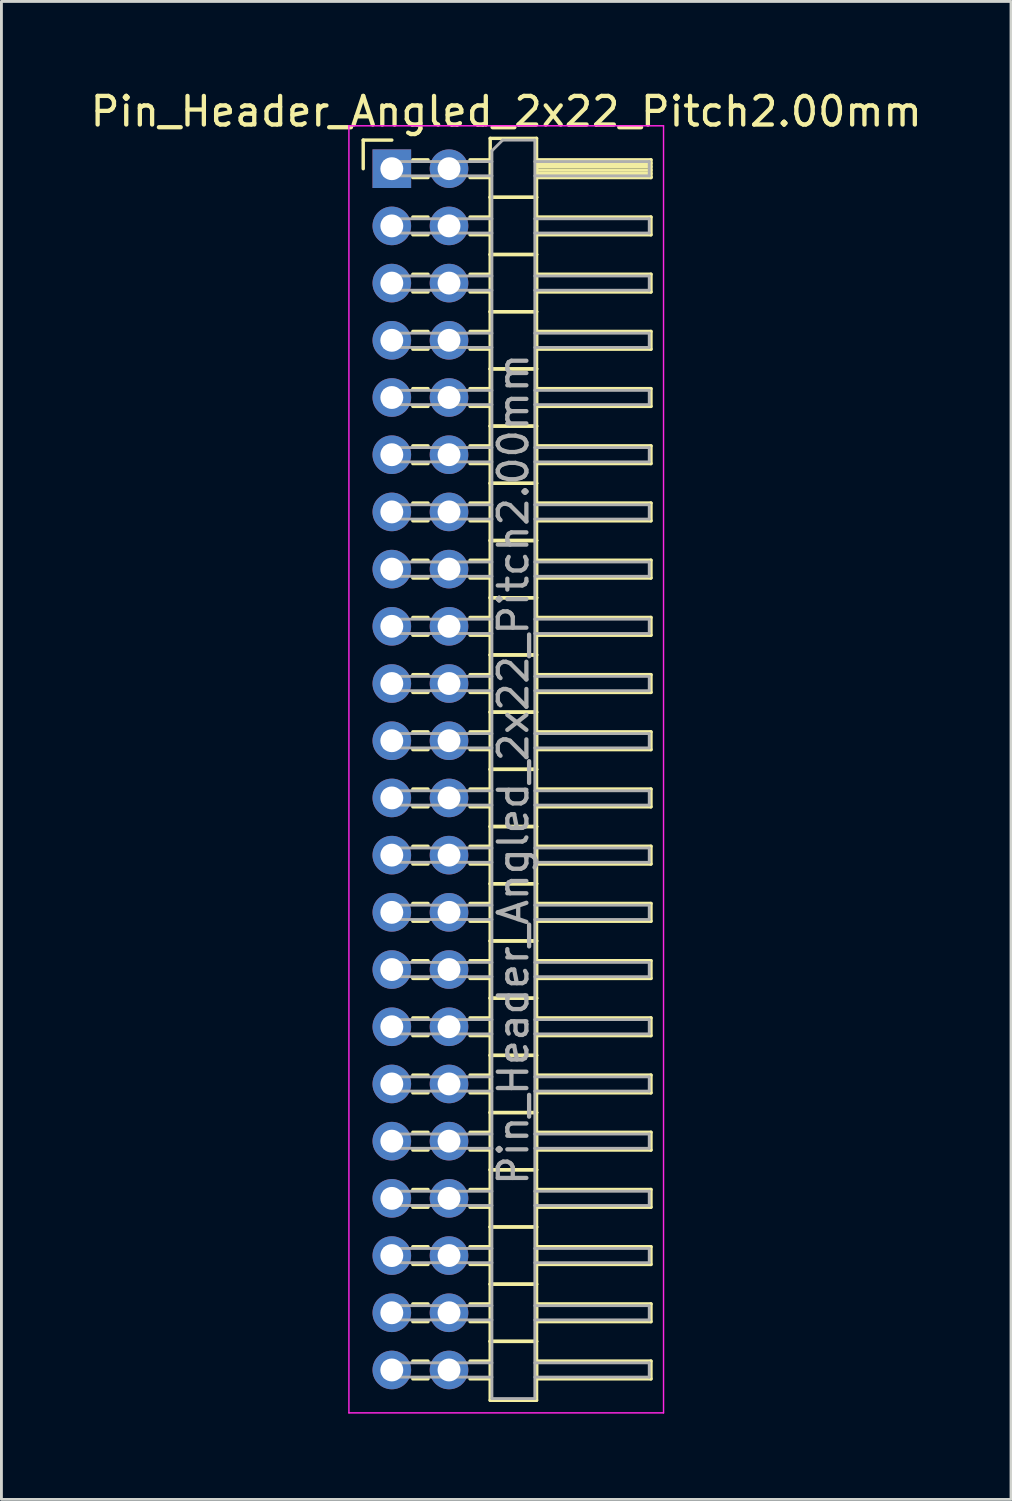
<source format=kicad_pcb>
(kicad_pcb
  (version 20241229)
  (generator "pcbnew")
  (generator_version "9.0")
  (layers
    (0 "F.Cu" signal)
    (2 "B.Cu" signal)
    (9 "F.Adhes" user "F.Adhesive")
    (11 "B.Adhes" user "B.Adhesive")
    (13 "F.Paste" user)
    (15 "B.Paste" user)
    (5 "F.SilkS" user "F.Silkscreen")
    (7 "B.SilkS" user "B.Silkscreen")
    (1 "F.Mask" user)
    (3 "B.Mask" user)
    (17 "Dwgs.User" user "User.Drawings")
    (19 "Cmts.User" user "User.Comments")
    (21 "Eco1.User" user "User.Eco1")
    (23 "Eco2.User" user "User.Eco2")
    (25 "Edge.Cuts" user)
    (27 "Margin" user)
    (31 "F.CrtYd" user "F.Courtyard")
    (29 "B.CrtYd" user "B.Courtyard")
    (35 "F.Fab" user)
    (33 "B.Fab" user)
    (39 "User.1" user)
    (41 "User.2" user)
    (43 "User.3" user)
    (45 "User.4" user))
  (footprint "Pin_Header_Angled_2x22_Pitch2.00mm"
    (layer "F.Cu")
    (at 10.649 2.848)
    (property "Reference" "Pin_Header_Angled_2x22_Pitch2.00mm" (at 4 -2 0) (layer "F.SilkS") (effects (font (size 1 1) (thickness 0.15))))
    (attr through_hole)
    (fp_line (start -1 -1) (end 0 -1) (stroke (width 0.12) (type solid)) (layer "F.SilkS"))
    (fp_line (start -1 0) (end -1 -1) (stroke (width 0.12) (type solid)) (layer "F.SilkS"))
    (fp_line (start 0.735 -0.31) (end 1.265 -0.31) (stroke (width 0.12) (type solid)) (layer "F.SilkS"))
    (fp_line (start 0.735 0.31) (end 1.265 0.31) (stroke (width 0.12) (type solid)) (layer "F.SilkS"))
    (fp_line (start 0.735 1.69) (end 1.265 1.69) (stroke (width 0.12) (type solid)) (layer "F.SilkS"))
    (fp_line (start 0.735 2.31) (end 1.265 2.31) (stroke (width 0.12) (type solid)) (layer "F.SilkS"))
    (fp_line (start 0.735 3.69) (end 1.265 3.69) (stroke (width 0.12) (type solid)) (layer "F.SilkS"))
    (fp_line (start 0.735 4.31) (end 1.265 4.31) (stroke (width 0.12) (type solid)) (layer "F.SilkS"))
    (fp_line (start 0.735 5.69) (end 1.265 5.69) (stroke (width 0.12) (type solid)) (layer "F.SilkS"))
    (fp_line (start 0.735 6.31) (end 1.265 6.31) (stroke (width 0.12) (type solid)) (layer "F.SilkS"))
    (fp_line (start 0.735 7.69) (end 1.265 7.69) (stroke (width 0.12) (type solid)) (layer "F.SilkS"))
    (fp_line (start 0.735 8.31) (end 1.265 8.31) (stroke (width 0.12) (type solid)) (layer "F.SilkS"))
    (fp_line (start 0.735 9.69) (end 1.265 9.69) (stroke (width 0.12) (type solid)) (layer "F.SilkS"))
    (fp_line (start 0.735 10.31) (end 1.265 10.31) (stroke (width 0.12) (type solid)) (layer "F.SilkS"))
    (fp_line (start 0.735 11.69) (end 1.265 11.69) (stroke (width 0.12) (type solid)) (layer "F.SilkS"))
    (fp_line (start 0.735 12.31) (end 1.265 12.31) (stroke (width 0.12) (type solid)) (layer "F.SilkS"))
    (fp_line (start 0.735 13.69) (end 1.265 13.69) (stroke (width 0.12) (type solid)) (layer "F.SilkS"))
    (fp_line (start 0.735 14.31) (end 1.265 14.31) (stroke (width 0.12) (type solid)) (layer "F.SilkS"))
    (fp_line (start 0.735 15.69) (end 1.265 15.69) (stroke (width 0.12) (type solid)) (layer "F.SilkS"))
    (fp_line (start 0.735 16.31) (end 1.265 16.31) (stroke (width 0.12) (type solid)) (layer "F.SilkS"))
    (fp_line (start 0.735 17.69) (end 1.265 17.69) (stroke (width 0.12) (type solid)) (layer "F.SilkS"))
    (fp_line (start 0.735 18.31) (end 1.265 18.31) (stroke (width 0.12) (type solid)) (layer "F.SilkS"))
    (fp_line (start 0.735 19.69) (end 1.265 19.69) (stroke (width 0.12) (type solid)) (layer "F.SilkS"))
    (fp_line (start 0.735 20.31) (end 1.265 20.31) (stroke (width 0.12) (type solid)) (layer "F.SilkS"))
    (fp_line (start 0.735 21.69) (end 1.265 21.69) (stroke (width 0.12) (type solid)) (layer "F.SilkS"))
    (fp_line (start 0.735 22.31) (end 1.265 22.31) (stroke (width 0.12) (type solid)) (layer "F.SilkS"))
    (fp_line (start 0.735 23.69) (end 1.265 23.69) (stroke (width 0.12) (type solid)) (layer "F.SilkS"))
    (fp_line (start 0.735 24.31) (end 1.265 24.31) (stroke (width 0.12) (type solid)) (layer "F.SilkS"))
    (fp_line (start 0.735 25.69) (end 1.265 25.69) (stroke (width 0.12) (type solid)) (layer "F.SilkS"))
    (fp_line (start 0.735 26.31) (end 1.265 26.31) (stroke (width 0.12) (type solid)) (layer "F.SilkS"))
    (fp_line (start 0.735 27.69) (end 1.265 27.69) (stroke (width 0.12) (type solid)) (layer "F.SilkS"))
    (fp_line (start 0.735 28.31) (end 1.265 28.31) (stroke (width 0.12) (type solid)) (layer "F.SilkS"))
    (fp_line (start 0.735 29.69) (end 1.265 29.69) (stroke (width 0.12) (type solid)) (layer "F.SilkS"))
    (fp_line (start 0.735 30.31) (end 1.265 30.31) (stroke (width 0.12) (type solid)) (layer "F.SilkS"))
    (fp_line (start 0.735 31.69) (end 1.265 31.69) (stroke (width 0.12) (type solid)) (layer "F.SilkS"))
    (fp_line (start 0.735 32.31) (end 1.265 32.31) (stroke (width 0.12) (type solid)) (layer "F.SilkS"))
    (fp_line (start 0.735 33.69) (end 1.265 33.69) (stroke (width 0.12) (type solid)) (layer "F.SilkS"))
    (fp_line (start 0.735 34.31) (end 1.265 34.31) (stroke (width 0.12) (type solid)) (layer "F.SilkS"))
    (fp_line (start 0.735 35.69) (end 1.265 35.69) (stroke (width 0.12) (type solid)) (layer "F.SilkS"))
    (fp_line (start 0.735 36.31) (end 1.265 36.31) (stroke (width 0.12) (type solid)) (layer "F.SilkS"))
    (fp_line (start 0.735 37.69) (end 1.265 37.69) (stroke (width 0.12) (type solid)) (layer "F.SilkS"))
    (fp_line (start 0.735 38.31) (end 1.265 38.31) (stroke (width 0.12) (type solid)) (layer "F.SilkS"))
    (fp_line (start 0.735 39.69) (end 1.265 39.69) (stroke (width 0.12) (type solid)) (layer "F.SilkS"))
    (fp_line (start 0.735 40.31) (end 1.265 40.31) (stroke (width 0.12) (type solid)) (layer "F.SilkS"))
    (fp_line (start 0.735 41.69) (end 1.265 41.69) (stroke (width 0.12) (type solid)) (layer "F.SilkS"))
    (fp_line (start 0.735 42.31) (end 1.265 42.31) (stroke (width 0.12) (type solid)) (layer "F.SilkS"))
    (fp_line (start 2.735 -0.31) (end 3.44 -0.31) (stroke (width 0.12) (type solid)) (layer "F.SilkS"))
    (fp_line (start 2.735 0.31) (end 3.44 0.31) (stroke (width 0.12) (type solid)) (layer "F.SilkS"))
    (fp_line (start 2.735 1.69) (end 3.44 1.69) (stroke (width 0.12) (type solid)) (layer "F.SilkS"))
    (fp_line (start 2.735 2.31) (end 3.44 2.31) (stroke (width 0.12) (type solid)) (layer "F.SilkS"))
    (fp_line (start 2.735 3.69) (end 3.44 3.69) (stroke (width 0.12) (type solid)) (layer "F.SilkS"))
    (fp_line (start 2.735 4.31) (end 3.44 4.31) (stroke (width 0.12) (type solid)) (layer "F.SilkS"))
    (fp_line (start 2.735 5.69) (end 3.44 5.69) (stroke (width 0.12) (type solid)) (layer "F.SilkS"))
    (fp_line (start 2.735 6.31) (end 3.44 6.31) (stroke (width 0.12) (type solid)) (layer "F.SilkS"))
    (fp_line (start 2.735 7.69) (end 3.44 7.69) (stroke (width 0.12) (type solid)) (layer "F.SilkS"))
    (fp_line (start 2.735 8.31) (end 3.44 8.31) (stroke (width 0.12) (type solid)) (layer "F.SilkS"))
    (fp_line (start 2.735 9.69) (end 3.44 9.69) (stroke (width 0.12) (type solid)) (layer "F.SilkS"))
    (fp_line (start 2.735 10.31) (end 3.44 10.31) (stroke (width 0.12) (type solid)) (layer "F.SilkS"))
    (fp_line (start 2.735 11.69) (end 3.44 11.69) (stroke (width 0.12) (type solid)) (layer "F.SilkS"))
    (fp_line (start 2.735 12.31) (end 3.44 12.31) (stroke (width 0.12) (type solid)) (layer "F.SilkS"))
    (fp_line (start 2.735 13.69) (end 3.44 13.69) (stroke (width 0.12) (type solid)) (layer "F.SilkS"))
    (fp_line (start 2.735 14.31) (end 3.44 14.31) (stroke (width 0.12) (type solid)) (layer "F.SilkS"))
    (fp_line (start 2.735 15.69) (end 3.44 15.69) (stroke (width 0.12) (type solid)) (layer "F.SilkS"))
    (fp_line (start 2.735 16.31) (end 3.44 16.31) (stroke (width 0.12) (type solid)) (layer "F.SilkS"))
    (fp_line (start 2.735 17.69) (end 3.44 17.69) (stroke (width 0.12) (type solid)) (layer "F.SilkS"))
    (fp_line (start 2.735 18.31) (end 3.44 18.31) (stroke (width 0.12) (type solid)) (layer "F.SilkS"))
    (fp_line (start 2.735 19.69) (end 3.44 19.69) (stroke (width 0.12) (type solid)) (layer "F.SilkS"))
    (fp_line (start 2.735 20.31) (end 3.44 20.31) (stroke (width 0.12) (type solid)) (layer "F.SilkS"))
    (fp_line (start 2.735 21.69) (end 3.44 21.69) (stroke (width 0.12) (type solid)) (layer "F.SilkS"))
    (fp_line (start 2.735 22.31) (end 3.44 22.31) (stroke (width 0.12) (type solid)) (layer "F.SilkS"))
    (fp_line (start 2.735 23.69) (end 3.44 23.69) (stroke (width 0.12) (type solid)) (layer "F.SilkS"))
    (fp_line (start 2.735 24.31) (end 3.44 24.31) (stroke (width 0.12) (type solid)) (layer "F.SilkS"))
    (fp_line (start 2.735 25.69) (end 3.44 25.69) (stroke (width 0.12) (type solid)) (layer "F.SilkS"))
    (fp_line (start 2.735 26.31) (end 3.44 26.31) (stroke (width 0.12) (type solid)) (layer "F.SilkS"))
    (fp_line (start 2.735 27.69) (end 3.44 27.69) (stroke (width 0.12) (type solid)) (layer "F.SilkS"))
    (fp_line (start 2.735 28.31) (end 3.44 28.31) (stroke (width 0.12) (type solid)) (layer "F.SilkS"))
    (fp_line (start 2.735 29.69) (end 3.44 29.69) (stroke (width 0.12) (type solid)) (layer "F.SilkS"))
    (fp_line (start 2.735 30.31) (end 3.44 30.31) (stroke (width 0.12) (type solid)) (layer "F.SilkS"))
    (fp_line (start 2.735 31.69) (end 3.44 31.69) (stroke (width 0.12) (type solid)) (layer "F.SilkS"))
    (fp_line (start 2.735 32.31) (end 3.44 32.31) (stroke (width 0.12) (type solid)) (layer "F.SilkS"))
    (fp_line (start 2.735 33.69) (end 3.44 33.69) (stroke (width 0.12) (type solid)) (layer "F.SilkS"))
    (fp_line (start 2.735 34.31) (end 3.44 34.31) (stroke (width 0.12) (type solid)) (layer "F.SilkS"))
    (fp_line (start 2.735 35.69) (end 3.44 35.69) (stroke (width 0.12) (type solid)) (layer "F.SilkS"))
    (fp_line (start 2.735 36.31) (end 3.44 36.31) (stroke (width 0.12) (type solid)) (layer "F.SilkS"))
    (fp_line (start 2.735 37.69) (end 3.44 37.69) (stroke (width 0.12) (type solid)) (layer "F.SilkS"))
    (fp_line (start 2.735 38.31) (end 3.44 38.31) (stroke (width 0.12) (type solid)) (layer "F.SilkS"))
    (fp_line (start 2.735 39.69) (end 3.44 39.69) (stroke (width 0.12) (type solid)) (layer "F.SilkS"))
    (fp_line (start 2.735 40.31) (end 3.44 40.31) (stroke (width 0.12) (type solid)) (layer "F.SilkS"))
    (fp_line (start 2.735 41.69) (end 3.44 41.69) (stroke (width 0.12) (type solid)) (layer "F.SilkS"))
    (fp_line (start 2.735 42.31) (end 3.44 42.31) (stroke (width 0.12) (type solid)) (layer "F.SilkS"))
    (fp_line (start 3.44 -1.06) (end 3.44 1) (stroke (width 0.12) (type solid)) (layer "F.SilkS"))
    (fp_line (start 3.44 1) (end 3.44 3) (stroke (width 0.12) (type solid)) (layer "F.SilkS"))
    (fp_line (start 3.44 1) (end 5.06 1) (stroke (width 0.12) (type solid)) (layer "F.SilkS"))
    (fp_line (start 3.44 3) (end 3.44 5) (stroke (width 0.12) (type solid)) (layer "F.SilkS"))
    (fp_line (start 3.44 3) (end 5.06 3) (stroke (width 0.12) (type solid)) (layer "F.SilkS"))
    (fp_line (start 3.44 5) (end 3.44 7) (stroke (width 0.12) (type solid)) (layer "F.SilkS"))
    (fp_line (start 3.44 5) (end 5.06 5) (stroke (width 0.12) (type solid)) (layer "F.SilkS"))
    (fp_line (start 3.44 7) (end 3.44 9) (stroke (width 0.12) (type solid)) (layer "F.SilkS"))
    (fp_line (start 3.44 7) (end 5.06 7) (stroke (width 0.12) (type solid)) (layer "F.SilkS"))
    (fp_line (start 3.44 9) (end 3.44 11) (stroke (width 0.12) (type solid)) (layer "F.SilkS"))
    (fp_line (start 3.44 9) (end 5.06 9) (stroke (width 0.12) (type solid)) (layer "F.SilkS"))
    (fp_line (start 3.44 11) (end 3.44 13) (stroke (width 0.12) (type solid)) (layer "F.SilkS"))
    (fp_line (start 3.44 11) (end 5.06 11) (stroke (width 0.12) (type solid)) (layer "F.SilkS"))
    (fp_line (start 3.44 13) (end 3.44 15) (stroke (width 0.12) (type solid)) (layer "F.SilkS"))
    (fp_line (start 3.44 13) (end 5.06 13) (stroke (width 0.12) (type solid)) (layer "F.SilkS"))
    (fp_line (start 3.44 15) (end 3.44 17) (stroke (width 0.12) (type solid)) (layer "F.SilkS"))
    (fp_line (start 3.44 15) (end 5.06 15) (stroke (width 0.12) (type solid)) (layer "F.SilkS"))
    (fp_line (start 3.44 17) (end 3.44 19) (stroke (width 0.12) (type solid)) (layer "F.SilkS"))
    (fp_line (start 3.44 17) (end 5.06 17) (stroke (width 0.12) (type solid)) (layer "F.SilkS"))
    (fp_line (start 3.44 19) (end 3.44 21) (stroke (width 0.12) (type solid)) (layer "F.SilkS"))
    (fp_line (start 3.44 19) (end 5.06 19) (stroke (width 0.12) (type solid)) (layer "F.SilkS"))
    (fp_line (start 3.44 21) (end 3.44 23) (stroke (width 0.12) (type solid)) (layer "F.SilkS"))
    (fp_line (start 3.44 21) (end 5.06 21) (stroke (width 0.12) (type solid)) (layer "F.SilkS"))
    (fp_line (start 3.44 23) (end 3.44 25) (stroke (width 0.12) (type solid)) (layer "F.SilkS"))
    (fp_line (start 3.44 23) (end 5.06 23) (stroke (width 0.12) (type solid)) (layer "F.SilkS"))
    (fp_line (start 3.44 25) (end 3.44 27) (stroke (width 0.12) (type solid)) (layer "F.SilkS"))
    (fp_line (start 3.44 25) (end 5.06 25) (stroke (width 0.12) (type solid)) (layer "F.SilkS"))
    (fp_line (start 3.44 27) (end 3.44 29) (stroke (width 0.12) (type solid)) (layer "F.SilkS"))
    (fp_line (start 3.44 27) (end 5.06 27) (stroke (width 0.12) (type solid)) (layer "F.SilkS"))
    (fp_line (start 3.44 29) (end 3.44 31) (stroke (width 0.12) (type solid)) (layer "F.SilkS"))
    (fp_line (start 3.44 29) (end 5.06 29) (stroke (width 0.12) (type solid)) (layer "F.SilkS"))
    (fp_line (start 3.44 31) (end 3.44 33) (stroke (width 0.12) (type solid)) (layer "F.SilkS"))
    (fp_line (start 3.44 31) (end 5.06 31) (stroke (width 0.12) (type solid)) (layer "F.SilkS"))
    (fp_line (start 3.44 33) (end 3.44 35) (stroke (width 0.12) (type solid)) (layer "F.SilkS"))
    (fp_line (start 3.44 33) (end 5.06 33) (stroke (width 0.12) (type solid)) (layer "F.SilkS"))
    (fp_line (start 3.44 35) (end 3.44 37) (stroke (width 0.12) (type solid)) (layer "F.SilkS"))
    (fp_line (start 3.44 35) (end 5.06 35) (stroke (width 0.12) (type solid)) (layer "F.SilkS"))
    (fp_line (start 3.44 37) (end 3.44 39) (stroke (width 0.12) (type solid)) (layer "F.SilkS"))
    (fp_line (start 3.44 37) (end 5.06 37) (stroke (width 0.12) (type solid)) (layer "F.SilkS"))
    (fp_line (start 3.44 39) (end 3.44 41) (stroke (width 0.12) (type solid)) (layer "F.SilkS"))
    (fp_line (start 3.44 39) (end 5.06 39) (stroke (width 0.12) (type solid)) (layer "F.SilkS"))
    (fp_line (start 3.44 41) (end 3.44 43.06) (stroke (width 0.12) (type solid)) (layer "F.SilkS"))
    (fp_line (start 3.44 41) (end 5.06 41) (stroke (width 0.12) (type solid)) (layer "F.SilkS"))
    (fp_line (start 3.44 43.06) (end 5.06 43.06) (stroke (width 0.12) (type solid)) (layer "F.SilkS"))
    (fp_line (start 5.06 -1.06) (end 3.44 -1.06) (stroke (width 0.12) (type solid)) (layer "F.SilkS"))
    (fp_line (start 5.06 -0.31) (end 5.06 0.31) (stroke (width 0.12) (type solid)) (layer "F.SilkS"))
    (fp_line (start 5.06 -0.19) (end 9.06 -0.19) (stroke (width 0.12) (type solid)) (layer "F.SilkS"))
    (fp_line (start 5.06 -0.07) (end 9.06 -0.07) (stroke (width 0.12) (type solid)) (layer "F.SilkS"))
    (fp_line (start 5.06 0.05) (end 9.06 0.05) (stroke (width 0.12) (type solid)) (layer "F.SilkS"))
    (fp_line (start 5.06 0.17) (end 9.06 0.17) (stroke (width 0.12) (type solid)) (layer "F.SilkS"))
    (fp_line (start 5.06 0.29) (end 9.06 0.29) (stroke (width 0.12) (type solid)) (layer "F.SilkS"))
    (fp_line (start 5.06 0.31) (end 9.06 0.31) (stroke (width 0.12) (type solid)) (layer "F.SilkS"))
    (fp_line (start 5.06 1) (end 3.44 1) (stroke (width 0.12) (type solid)) (layer "F.SilkS"))
    (fp_line (start 5.06 1) (end 5.06 -1.06) (stroke (width 0.12) (type solid)) (layer "F.SilkS"))
    (fp_line (start 5.06 1.69) (end 5.06 2.31) (stroke (width 0.12) (type solid)) (layer "F.SilkS"))
    (fp_line (start 5.06 2.31) (end 9.06 2.31) (stroke (width 0.12) (type solid)) (layer "F.SilkS"))
    (fp_line (start 5.06 3) (end 3.44 3) (stroke (width 0.12) (type solid)) (layer "F.SilkS"))
    (fp_line (start 5.06 3) (end 5.06 1) (stroke (width 0.12) (type solid)) (layer "F.SilkS"))
    (fp_line (start 5.06 3.69) (end 5.06 4.31) (stroke (width 0.12) (type solid)) (layer "F.SilkS"))
    (fp_line (start 5.06 4.31) (end 9.06 4.31) (stroke (width 0.12) (type solid)) (layer "F.SilkS"))
    (fp_line (start 5.06 5) (end 3.44 5) (stroke (width 0.12) (type solid)) (layer "F.SilkS"))
    (fp_line (start 5.06 5) (end 5.06 3) (stroke (width 0.12) (type solid)) (layer "F.SilkS"))
    (fp_line (start 5.06 5.69) (end 5.06 6.31) (stroke (width 0.12) (type solid)) (layer "F.SilkS"))
    (fp_line (start 5.06 6.31) (end 9.06 6.31) (stroke (width 0.12) (type solid)) (layer "F.SilkS"))
    (fp_line (start 5.06 7) (end 3.44 7) (stroke (width 0.12) (type solid)) (layer "F.SilkS"))
    (fp_line (start 5.06 7) (end 5.06 5) (stroke (width 0.12) (type solid)) (layer "F.SilkS"))
    (fp_line (start 5.06 7.69) (end 5.06 8.31) (stroke (width 0.12) (type solid)) (layer "F.SilkS"))
    (fp_line (start 5.06 8.31) (end 9.06 8.31) (stroke (width 0.12) (type solid)) (layer "F.SilkS"))
    (fp_line (start 5.06 9) (end 3.44 9) (stroke (width 0.12) (type solid)) (layer "F.SilkS"))
    (fp_line (start 5.06 9) (end 5.06 7) (stroke (width 0.12) (type solid)) (layer "F.SilkS"))
    (fp_line (start 5.06 9.69) (end 5.06 10.31) (stroke (width 0.12) (type solid)) (layer "F.SilkS"))
    (fp_line (start 5.06 10.31) (end 9.06 10.31) (stroke (width 0.12) (type solid)) (layer "F.SilkS"))
    (fp_line (start 5.06 11) (end 3.44 11) (stroke (width 0.12) (type solid)) (layer "F.SilkS"))
    (fp_line (start 5.06 11) (end 5.06 9) (stroke (width 0.12) (type solid)) (layer "F.SilkS"))
    (fp_line (start 5.06 11.69) (end 5.06 12.31) (stroke (width 0.12) (type solid)) (layer "F.SilkS"))
    (fp_line (start 5.06 12.31) (end 9.06 12.31) (stroke (width 0.12) (type solid)) (layer "F.SilkS"))
    (fp_line (start 5.06 13) (end 3.44 13) (stroke (width 0.12) (type solid)) (layer "F.SilkS"))
    (fp_line (start 5.06 13) (end 5.06 11) (stroke (width 0.12) (type solid)) (layer "F.SilkS"))
    (fp_line (start 5.06 13.69) (end 5.06 14.31) (stroke (width 0.12) (type solid)) (layer "F.SilkS"))
    (fp_line (start 5.06 14.31) (end 9.06 14.31) (stroke (width 0.12) (type solid)) (layer "F.SilkS"))
    (fp_line (start 5.06 15) (end 3.44 15) (stroke (width 0.12) (type solid)) (layer "F.SilkS"))
    (fp_line (start 5.06 15) (end 5.06 13) (stroke (width 0.12) (type solid)) (layer "F.SilkS"))
    (fp_line (start 5.06 15.69) (end 5.06 16.31) (stroke (width 0.12) (type solid)) (layer "F.SilkS"))
    (fp_line (start 5.06 16.31) (end 9.06 16.31) (stroke (width 0.12) (type solid)) (layer "F.SilkS"))
    (fp_line (start 5.06 17) (end 3.44 17) (stroke (width 0.12) (type solid)) (layer "F.SilkS"))
    (fp_line (start 5.06 17) (end 5.06 15) (stroke (width 0.12) (type solid)) (layer "F.SilkS"))
    (fp_line (start 5.06 17.69) (end 5.06 18.31) (stroke (width 0.12) (type solid)) (layer "F.SilkS"))
    (fp_line (start 5.06 18.31) (end 9.06 18.31) (stroke (width 0.12) (type solid)) (layer "F.SilkS"))
    (fp_line (start 5.06 19) (end 3.44 19) (stroke (width 0.12) (type solid)) (layer "F.SilkS"))
    (fp_line (start 5.06 19) (end 5.06 17) (stroke (width 0.12) (type solid)) (layer "F.SilkS"))
    (fp_line (start 5.06 19.69) (end 5.06 20.31) (stroke (width 0.12) (type solid)) (layer "F.SilkS"))
    (fp_line (start 5.06 20.31) (end 9.06 20.31) (stroke (width 0.12) (type solid)) (layer "F.SilkS"))
    (fp_line (start 5.06 21) (end 3.44 21) (stroke (width 0.12) (type solid)) (layer "F.SilkS"))
    (fp_line (start 5.06 21) (end 5.06 19) (stroke (width 0.12) (type solid)) (layer "F.SilkS"))
    (fp_line (start 5.06 21.69) (end 5.06 22.31) (stroke (width 0.12) (type solid)) (layer "F.SilkS"))
    (fp_line (start 5.06 22.31) (end 9.06 22.31) (stroke (width 0.12) (type solid)) (layer "F.SilkS"))
    (fp_line (start 5.06 23) (end 3.44 23) (stroke (width 0.12) (type solid)) (layer "F.SilkS"))
    (fp_line (start 5.06 23) (end 5.06 21) (stroke (width 0.12) (type solid)) (layer "F.SilkS"))
    (fp_line (start 5.06 23.69) (end 5.06 24.31) (stroke (width 0.12) (type solid)) (layer "F.SilkS"))
    (fp_line (start 5.06 24.31) (end 9.06 24.31) (stroke (width 0.12) (type solid)) (layer "F.SilkS"))
    (fp_line (start 5.06 25) (end 3.44 25) (stroke (width 0.12) (type solid)) (layer "F.SilkS"))
    (fp_line (start 5.06 25) (end 5.06 23) (stroke (width 0.12) (type solid)) (layer "F.SilkS"))
    (fp_line (start 5.06 25.69) (end 5.06 26.31) (stroke (width 0.12) (type solid)) (layer "F.SilkS"))
    (fp_line (start 5.06 26.31) (end 9.06 26.31) (stroke (width 0.12) (type solid)) (layer "F.SilkS"))
    (fp_line (start 5.06 27) (end 3.44 27) (stroke (width 0.12) (type solid)) (layer "F.SilkS"))
    (fp_line (start 5.06 27) (end 5.06 25) (stroke (width 0.12) (type solid)) (layer "F.SilkS"))
    (fp_line (start 5.06 27.69) (end 5.06 28.31) (stroke (width 0.12) (type solid)) (layer "F.SilkS"))
    (fp_line (start 5.06 28.31) (end 9.06 28.31) (stroke (width 0.12) (type solid)) (layer "F.SilkS"))
    (fp_line (start 5.06 29) (end 3.44 29) (stroke (width 0.12) (type solid)) (layer "F.SilkS"))
    (fp_line (start 5.06 29) (end 5.06 27) (stroke (width 0.12) (type solid)) (layer "F.SilkS"))
    (fp_line (start 5.06 29.69) (end 5.06 30.31) (stroke (width 0.12) (type solid)) (layer "F.SilkS"))
    (fp_line (start 5.06 30.31) (end 9.06 30.31) (stroke (width 0.12) (type solid)) (layer "F.SilkS"))
    (fp_line (start 5.06 31) (end 3.44 31) (stroke (width 0.12) (type solid)) (layer "F.SilkS"))
    (fp_line (start 5.06 31) (end 5.06 29) (stroke (width 0.12) (type solid)) (layer "F.SilkS"))
    (fp_line (start 5.06 31.69) (end 5.06 32.31) (stroke (width 0.12) (type solid)) (layer "F.SilkS"))
    (fp_line (start 5.06 32.31) (end 9.06 32.31) (stroke (width 0.12) (type solid)) (layer "F.SilkS"))
    (fp_line (start 5.06 33) (end 3.44 33) (stroke (width 0.12) (type solid)) (layer "F.SilkS"))
    (fp_line (start 5.06 33) (end 5.06 31) (stroke (width 0.12) (type solid)) (layer "F.SilkS"))
    (fp_line (start 5.06 33.69) (end 5.06 34.31) (stroke (width 0.12) (type solid)) (layer "F.SilkS"))
    (fp_line (start 5.06 34.31) (end 9.06 34.31) (stroke (width 0.12) (type solid)) (layer "F.SilkS"))
    (fp_line (start 5.06 35) (end 3.44 35) (stroke (width 0.12) (type solid)) (layer "F.SilkS"))
    (fp_line (start 5.06 35) (end 5.06 33) (stroke (width 0.12) (type solid)) (layer "F.SilkS"))
    (fp_line (start 5.06 35.69) (end 5.06 36.31) (stroke (width 0.12) (type solid)) (layer "F.SilkS"))
    (fp_line (start 5.06 36.31) (end 9.06 36.31) (stroke (width 0.12) (type solid)) (layer "F.SilkS"))
    (fp_line (start 5.06 37) (end 3.44 37) (stroke (width 0.12) (type solid)) (layer "F.SilkS"))
    (fp_line (start 5.06 37) (end 5.06 35) (stroke (width 0.12) (type solid)) (layer "F.SilkS"))
    (fp_line (start 5.06 37.69) (end 5.06 38.31) (stroke (width 0.12) (type solid)) (layer "F.SilkS"))
    (fp_line (start 5.06 38.31) (end 9.06 38.31) (stroke (width 0.12) (type solid)) (layer "F.SilkS"))
    (fp_line (start 5.06 39) (end 3.44 39) (stroke (width 0.12) (type solid)) (layer "F.SilkS"))
    (fp_line (start 5.06 39) (end 5.06 37) (stroke (width 0.12) (type solid)) (layer "F.SilkS"))
    (fp_line (start 5.06 39.69) (end 5.06 40.31) (stroke (width 0.12) (type solid)) (layer "F.SilkS"))
    (fp_line (start 5.06 40.31) (end 9.06 40.31) (stroke (width 0.12) (type solid)) (layer "F.SilkS"))
    (fp_line (start 5.06 41) (end 3.44 41) (stroke (width 0.12) (type solid)) (layer "F.SilkS"))
    (fp_line (start 5.06 41) (end 5.06 39) (stroke (width 0.12) (type solid)) (layer "F.SilkS"))
    (fp_line (start 5.06 41.69) (end 5.06 42.31) (stroke (width 0.12) (type solid)) (layer "F.SilkS"))
    (fp_line (start 5.06 42.31) (end 9.06 42.31) (stroke (width 0.12) (type solid)) (layer "F.SilkS"))
    (fp_line (start 5.06 43.06) (end 5.06 41) (stroke (width 0.12) (type solid)) (layer "F.SilkS"))
    (fp_line (start 9.06 -0.31) (end 5.06 -0.31) (stroke (width 0.12) (type solid)) (layer "F.SilkS"))
    (fp_line (start 9.06 0.31) (end 9.06 -0.31) (stroke (width 0.12) (type solid)) (layer "F.SilkS"))
    (fp_line (start 9.06 1.69) (end 5.06 1.69) (stroke (width 0.12) (type solid)) (layer "F.SilkS"))
    (fp_line (start 9.06 2.31) (end 9.06 1.69) (stroke (width 0.12) (type solid)) (layer "F.SilkS"))
    (fp_line (start 9.06 3.69) (end 5.06 3.69) (stroke (width 0.12) (type solid)) (layer "F.SilkS"))
    (fp_line (start 9.06 4.31) (end 9.06 3.69) (stroke (width 0.12) (type solid)) (layer "F.SilkS"))
    (fp_line (start 9.06 5.69) (end 5.06 5.69) (stroke (width 0.12) (type solid)) (layer "F.SilkS"))
    (fp_line (start 9.06 6.31) (end 9.06 5.69) (stroke (width 0.12) (type solid)) (layer "F.SilkS"))
    (fp_line (start 9.06 7.69) (end 5.06 7.69) (stroke (width 0.12) (type solid)) (layer "F.SilkS"))
    (fp_line (start 9.06 8.31) (end 9.06 7.69) (stroke (width 0.12) (type solid)) (layer "F.SilkS"))
    (fp_line (start 9.06 9.69) (end 5.06 9.69) (stroke (width 0.12) (type solid)) (layer "F.SilkS"))
    (fp_line (start 9.06 10.31) (end 9.06 9.69) (stroke (width 0.12) (type solid)) (layer "F.SilkS"))
    (fp_line (start 9.06 11.69) (end 5.06 11.69) (stroke (width 0.12) (type solid)) (layer "F.SilkS"))
    (fp_line (start 9.06 12.31) (end 9.06 11.69) (stroke (width 0.12) (type solid)) (layer "F.SilkS"))
    (fp_line (start 9.06 13.69) (end 5.06 13.69) (stroke (width 0.12) (type solid)) (layer "F.SilkS"))
    (fp_line (start 9.06 14.31) (end 9.06 13.69) (stroke (width 0.12) (type solid)) (layer "F.SilkS"))
    (fp_line (start 9.06 15.69) (end 5.06 15.69) (stroke (width 0.12) (type solid)) (layer "F.SilkS"))
    (fp_line (start 9.06 16.31) (end 9.06 15.69) (stroke (width 0.12) (type solid)) (layer "F.SilkS"))
    (fp_line (start 9.06 17.69) (end 5.06 17.69) (stroke (width 0.12) (type solid)) (layer "F.SilkS"))
    (fp_line (start 9.06 18.31) (end 9.06 17.69) (stroke (width 0.12) (type solid)) (layer "F.SilkS"))
    (fp_line (start 9.06 19.69) (end 5.06 19.69) (stroke (width 0.12) (type solid)) (layer "F.SilkS"))
    (fp_line (start 9.06 20.31) (end 9.06 19.69) (stroke (width 0.12) (type solid)) (layer "F.SilkS"))
    (fp_line (start 9.06 21.69) (end 5.06 21.69) (stroke (width 0.12) (type solid)) (layer "F.SilkS"))
    (fp_line (start 9.06 22.31) (end 9.06 21.69) (stroke (width 0.12) (type solid)) (layer "F.SilkS"))
    (fp_line (start 9.06 23.69) (end 5.06 23.69) (stroke (width 0.12) (type solid)) (layer "F.SilkS"))
    (fp_line (start 9.06 24.31) (end 9.06 23.69) (stroke (width 0.12) (type solid)) (layer "F.SilkS"))
    (fp_line (start 9.06 25.69) (end 5.06 25.69) (stroke (width 0.12) (type solid)) (layer "F.SilkS"))
    (fp_line (start 9.06 26.31) (end 9.06 25.69) (stroke (width 0.12) (type solid)) (layer "F.SilkS"))
    (fp_line (start 9.06 27.69) (end 5.06 27.69) (stroke (width 0.12) (type solid)) (layer "F.SilkS"))
    (fp_line (start 9.06 28.31) (end 9.06 27.69) (stroke (width 0.12) (type solid)) (layer "F.SilkS"))
    (fp_line (start 9.06 29.69) (end 5.06 29.69) (stroke (width 0.12) (type solid)) (layer "F.SilkS"))
    (fp_line (start 9.06 30.31) (end 9.06 29.69) (stroke (width 0.12) (type solid)) (layer "F.SilkS"))
    (fp_line (start 9.06 31.69) (end 5.06 31.69) (stroke (width 0.12) (type solid)) (layer "F.SilkS"))
    (fp_line (start 9.06 32.31) (end 9.06 31.69) (stroke (width 0.12) (type solid)) (layer "F.SilkS"))
    (fp_line (start 9.06 33.69) (end 5.06 33.69) (stroke (width 0.12) (type solid)) (layer "F.SilkS"))
    (fp_line (start 9.06 34.31) (end 9.06 33.69) (stroke (width 0.12) (type solid)) (layer "F.SilkS"))
    (fp_line (start 9.06 35.69) (end 5.06 35.69) (stroke (width 0.12) (type solid)) (layer "F.SilkS"))
    (fp_line (start 9.06 36.31) (end 9.06 35.69) (stroke (width 0.12) (type solid)) (layer "F.SilkS"))
    (fp_line (start 9.06 37.69) (end 5.06 37.69) (stroke (width 0.12) (type solid)) (layer "F.SilkS"))
    (fp_line (start 9.06 38.31) (end 9.06 37.69) (stroke (width 0.12) (type solid)) (layer "F.SilkS"))
    (fp_line (start 9.06 39.69) (end 5.06 39.69) (stroke (width 0.12) (type solid)) (layer "F.SilkS"))
    (fp_line (start 9.06 40.31) (end 9.06 39.69) (stroke (width 0.12) (type solid)) (layer "F.SilkS"))
    (fp_line (start 9.06 41.69) (end 5.06 41.69) (stroke (width 0.12) (type solid)) (layer "F.SilkS"))
    (fp_line (start 9.06 42.31) (end 9.06 41.69) (stroke (width 0.12) (type solid)) (layer "F.SilkS"))
    (fp_line (start -1.5 -1.5) (end -1.5 43.5) (stroke (width 0.05) (type solid)) (layer "F.CrtYd"))
    (fp_line (start -1.5 43.5) (end 9.5 43.5) (stroke (width 0.05) (type solid)) (layer "F.CrtYd"))
    (fp_line (start 9.5 -1.5) (end -1.5 -1.5) (stroke (width 0.05) (type solid)) (layer "F.CrtYd"))
    (fp_line (start 9.5 43.5) (end 9.5 -1.5) (stroke (width 0.05) (type solid)) (layer "F.CrtYd"))
    (fp_line (start -0.25 -0.25) (end -0.25 0.25) (stroke (width 0.1) (type solid)) (layer "F.Fab"))
    (fp_line (start -0.25 -0.25) (end 3.5 -0.25) (stroke (width 0.1) (type solid)) (layer "F.Fab"))
    (fp_line (start -0.25 0.25) (end 3.5 0.25) (stroke (width 0.1) (type solid)) (layer "F.Fab"))
    (fp_line (start -0.25 1.75) (end -0.25 2.25) (stroke (width 0.1) (type solid)) (layer "F.Fab"))
    (fp_line (start -0.25 1.75) (end 3.5 1.75) (stroke (width 0.1) (type solid)) (layer "F.Fab"))
    (fp_line (start -0.25 2.25) (end 3.5 2.25) (stroke (width 0.1) (type solid)) (layer "F.Fab"))
    (fp_line (start -0.25 3.75) (end -0.25 4.25) (stroke (width 0.1) (type solid)) (layer "F.Fab"))
    (fp_line (start -0.25 3.75) (end 3.5 3.75) (stroke (width 0.1) (type solid)) (layer "F.Fab"))
    (fp_line (start -0.25 4.25) (end 3.5 4.25) (stroke (width 0.1) (type solid)) (layer "F.Fab"))
    (fp_line (start -0.25 5.75) (end -0.25 6.25) (stroke (width 0.1) (type solid)) (layer "F.Fab"))
    (fp_line (start -0.25 5.75) (end 3.5 5.75) (stroke (width 0.1) (type solid)) (layer "F.Fab"))
    (fp_line (start -0.25 6.25) (end 3.5 6.25) (stroke (width 0.1) (type solid)) (layer "F.Fab"))
    (fp_line (start -0.25 7.75) (end -0.25 8.25) (stroke (width 0.1) (type solid)) (layer "F.Fab"))
    (fp_line (start -0.25 7.75) (end 3.5 7.75) (stroke (width 0.1) (type solid)) (layer "F.Fab"))
    (fp_line (start -0.25 8.25) (end 3.5 8.25) (stroke (width 0.1) (type solid)) (layer "F.Fab"))
    (fp_line (start -0.25 9.75) (end -0.25 10.25) (stroke (width 0.1) (type solid)) (layer "F.Fab"))
    (fp_line (start -0.25 9.75) (end 3.5 9.75) (stroke (width 0.1) (type solid)) (layer "F.Fab"))
    (fp_line (start -0.25 10.25) (end 3.5 10.25) (stroke (width 0.1) (type solid)) (layer "F.Fab"))
    (fp_line (start -0.25 11.75) (end -0.25 12.25) (stroke (width 0.1) (type solid)) (layer "F.Fab"))
    (fp_line (start -0.25 11.75) (end 3.5 11.75) (stroke (width 0.1) (type solid)) (layer "F.Fab"))
    (fp_line (start -0.25 12.25) (end 3.5 12.25) (stroke (width 0.1) (type solid)) (layer "F.Fab"))
    (fp_line (start -0.25 13.75) (end -0.25 14.25) (stroke (width 0.1) (type solid)) (layer "F.Fab"))
    (fp_line (start -0.25 13.75) (end 3.5 13.75) (stroke (width 0.1) (type solid)) (layer "F.Fab"))
    (fp_line (start -0.25 14.25) (end 3.5 14.25) (stroke (width 0.1) (type solid)) (layer "F.Fab"))
    (fp_line (start -0.25 15.75) (end -0.25 16.25) (stroke (width 0.1) (type solid)) (layer "F.Fab"))
    (fp_line (start -0.25 15.75) (end 3.5 15.75) (stroke (width 0.1) (type solid)) (layer "F.Fab"))
    (fp_line (start -0.25 16.25) (end 3.5 16.25) (stroke (width 0.1) (type solid)) (layer "F.Fab"))
    (fp_line (start -0.25 17.75) (end -0.25 18.25) (stroke (width 0.1) (type solid)) (layer "F.Fab"))
    (fp_line (start -0.25 17.75) (end 3.5 17.75) (stroke (width 0.1) (type solid)) (layer "F.Fab"))
    (fp_line (start -0.25 18.25) (end 3.5 18.25) (stroke (width 0.1) (type solid)) (layer "F.Fab"))
    (fp_line (start -0.25 19.75) (end -0.25 20.25) (stroke (width 0.1) (type solid)) (layer "F.Fab"))
    (fp_line (start -0.25 19.75) (end 3.5 19.75) (stroke (width 0.1) (type solid)) (layer "F.Fab"))
    (fp_line (start -0.25 20.25) (end 3.5 20.25) (stroke (width 0.1) (type solid)) (layer "F.Fab"))
    (fp_line (start -0.25 21.75) (end -0.25 22.25) (stroke (width 0.1) (type solid)) (layer "F.Fab"))
    (fp_line (start -0.25 21.75) (end 3.5 21.75) (stroke (width 0.1) (type solid)) (layer "F.Fab"))
    (fp_line (start -0.25 22.25) (end 3.5 22.25) (stroke (width 0.1) (type solid)) (layer "F.Fab"))
    (fp_line (start -0.25 23.75) (end -0.25 24.25) (stroke (width 0.1) (type solid)) (layer "F.Fab"))
    (fp_line (start -0.25 23.75) (end 3.5 23.75) (stroke (width 0.1) (type solid)) (layer "F.Fab"))
    (fp_line (start -0.25 24.25) (end 3.5 24.25) (stroke (width 0.1) (type solid)) (layer "F.Fab"))
    (fp_line (start -0.25 25.75) (end -0.25 26.25) (stroke (width 0.1) (type solid)) (layer "F.Fab"))
    (fp_line (start -0.25 25.75) (end 3.5 25.75) (stroke (width 0.1) (type solid)) (layer "F.Fab"))
    (fp_line (start -0.25 26.25) (end 3.5 26.25) (stroke (width 0.1) (type solid)) (layer "F.Fab"))
    (fp_line (start -0.25 27.75) (end -0.25 28.25) (stroke (width 0.1) (type solid)) (layer "F.Fab"))
    (fp_line (start -0.25 27.75) (end 3.5 27.75) (stroke (width 0.1) (type solid)) (layer "F.Fab"))
    (fp_line (start -0.25 28.25) (end 3.5 28.25) (stroke (width 0.1) (type solid)) (layer "F.Fab"))
    (fp_line (start -0.25 29.75) (end -0.25 30.25) (stroke (width 0.1) (type solid)) (layer "F.Fab"))
    (fp_line (start -0.25 29.75) (end 3.5 29.75) (stroke (width 0.1) (type solid)) (layer "F.Fab"))
    (fp_line (start -0.25 30.25) (end 3.5 30.25) (stroke (width 0.1) (type solid)) (layer "F.Fab"))
    (fp_line (start -0.25 31.75) (end -0.25 32.25) (stroke (width 0.1) (type solid)) (layer "F.Fab"))
    (fp_line (start -0.25 31.75) (end 3.5 31.75) (stroke (width 0.1) (type solid)) (layer "F.Fab"))
    (fp_line (start -0.25 32.25) (end 3.5 32.25) (stroke (width 0.1) (type solid)) (layer "F.Fab"))
    (fp_line (start -0.25 33.75) (end -0.25 34.25) (stroke (width 0.1) (type solid)) (layer "F.Fab"))
    (fp_line (start -0.25 33.75) (end 3.5 33.75) (stroke (width 0.1) (type solid)) (layer "F.Fab"))
    (fp_line (start -0.25 34.25) (end 3.5 34.25) (stroke (width 0.1) (type solid)) (layer "F.Fab"))
    (fp_line (start -0.25 35.75) (end -0.25 36.25) (stroke (width 0.1) (type solid)) (layer "F.Fab"))
    (fp_line (start -0.25 35.75) (end 3.5 35.75) (stroke (width 0.1) (type solid)) (layer "F.Fab"))
    (fp_line (start -0.25 36.25) (end 3.5 36.25) (stroke (width 0.1) (type solid)) (layer "F.Fab"))
    (fp_line (start -0.25 37.75) (end -0.25 38.25) (stroke (width 0.1) (type solid)) (layer "F.Fab"))
    (fp_line (start -0.25 37.75) (end 3.5 37.75) (stroke (width 0.1) (type solid)) (layer "F.Fab"))
    (fp_line (start -0.25 38.25) (end 3.5 38.25) (stroke (width 0.1) (type solid)) (layer "F.Fab"))
    (fp_line (start -0.25 39.75) (end -0.25 40.25) (stroke (width 0.1) (type solid)) (layer "F.Fab"))
    (fp_line (start -0.25 39.75) (end 3.5 39.75) (stroke (width 0.1) (type solid)) (layer "F.Fab"))
    (fp_line (start -0.25 40.25) (end 3.5 40.25) (stroke (width 0.1) (type solid)) (layer "F.Fab"))
    (fp_line (start -0.25 41.75) (end -0.25 42.25) (stroke (width 0.1) (type solid)) (layer "F.Fab"))
    (fp_line (start -0.25 41.75) (end 3.5 41.75) (stroke (width 0.1) (type solid)) (layer "F.Fab"))
    (fp_line (start -0.25 42.25) (end 3.5 42.25) (stroke (width 0.1) (type solid)) (layer "F.Fab"))
    (fp_line (start 3.5 -0.625) (end 3.875 -1) (stroke (width 0.1) (type solid)) (layer "F.Fab"))
    (fp_line (start 3.5 43) (end 3.5 -0.625) (stroke (width 0.1) (type solid)) (layer "F.Fab"))
    (fp_line (start 3.875 -1) (end 5 -1) (stroke (width 0.1) (type solid)) (layer "F.Fab"))
    (fp_line (start 5 -1) (end 5 43) (stroke (width 0.1) (type solid)) (layer "F.Fab"))
    (fp_line (start 5 -0.25) (end 9 -0.25) (stroke (width 0.1) (type solid)) (layer "F.Fab"))
    (fp_line (start 5 0.25) (end 9 0.25) (stroke (width 0.1) (type solid)) (layer "F.Fab"))
    (fp_line (start 5 1.75) (end 9 1.75) (stroke (width 0.1) (type solid)) (layer "F.Fab"))
    (fp_line (start 5 2.25) (end 9 2.25) (stroke (width 0.1) (type solid)) (layer "F.Fab"))
    (fp_line (start 5 3.75) (end 9 3.75) (stroke (width 0.1) (type solid)) (layer "F.Fab"))
    (fp_line (start 5 4.25) (end 9 4.25) (stroke (width 0.1) (type solid)) (layer "F.Fab"))
    (fp_line (start 5 5.75) (end 9 5.75) (stroke (width 0.1) (type solid)) (layer "F.Fab"))
    (fp_line (start 5 6.25) (end 9 6.25) (stroke (width 0.1) (type solid)) (layer "F.Fab"))
    (fp_line (start 5 7.75) (end 9 7.75) (stroke (width 0.1) (type solid)) (layer "F.Fab"))
    (fp_line (start 5 8.25) (end 9 8.25) (stroke (width 0.1) (type solid)) (layer "F.Fab"))
    (fp_line (start 5 9.75) (end 9 9.75) (stroke (width 0.1) (type solid)) (layer "F.Fab"))
    (fp_line (start 5 10.25) (end 9 10.25) (stroke (width 0.1) (type solid)) (layer "F.Fab"))
    (fp_line (start 5 11.75) (end 9 11.75) (stroke (width 0.1) (type solid)) (layer "F.Fab"))
    (fp_line (start 5 12.25) (end 9 12.25) (stroke (width 0.1) (type solid)) (layer "F.Fab"))
    (fp_line (start 5 13.75) (end 9 13.75) (stroke (width 0.1) (type solid)) (layer "F.Fab"))
    (fp_line (start 5 14.25) (end 9 14.25) (stroke (width 0.1) (type solid)) (layer "F.Fab"))
    (fp_line (start 5 15.75) (end 9 15.75) (stroke (width 0.1) (type solid)) (layer "F.Fab"))
    (fp_line (start 5 16.25) (end 9 16.25) (stroke (width 0.1) (type solid)) (layer "F.Fab"))
    (fp_line (start 5 17.75) (end 9 17.75) (stroke (width 0.1) (type solid)) (layer "F.Fab"))
    (fp_line (start 5 18.25) (end 9 18.25) (stroke (width 0.1) (type solid)) (layer "F.Fab"))
    (fp_line (start 5 19.75) (end 9 19.75) (stroke (width 0.1) (type solid)) (layer "F.Fab"))
    (fp_line (start 5 20.25) (end 9 20.25) (stroke (width 0.1) (type solid)) (layer "F.Fab"))
    (fp_line (start 5 21.75) (end 9 21.75) (stroke (width 0.1) (type solid)) (layer "F.Fab"))
    (fp_line (start 5 22.25) (end 9 22.25) (stroke (width 0.1) (type solid)) (layer "F.Fab"))
    (fp_line (start 5 23.75) (end 9 23.75) (stroke (width 0.1) (type solid)) (layer "F.Fab"))
    (fp_line (start 5 24.25) (end 9 24.25) (stroke (width 0.1) (type solid)) (layer "F.Fab"))
    (fp_line (start 5 25.75) (end 9 25.75) (stroke (width 0.1) (type solid)) (layer "F.Fab"))
    (fp_line (start 5 26.25) (end 9 26.25) (stroke (width 0.1) (type solid)) (layer "F.Fab"))
    (fp_line (start 5 27.75) (end 9 27.75) (stroke (width 0.1) (type solid)) (layer "F.Fab"))
    (fp_line (start 5 28.25) (end 9 28.25) (stroke (width 0.1) (type solid)) (layer "F.Fab"))
    (fp_line (start 5 29.75) (end 9 29.75) (stroke (width 0.1) (type solid)) (layer "F.Fab"))
    (fp_line (start 5 30.25) (end 9 30.25) (stroke (width 0.1) (type solid)) (layer "F.Fab"))
    (fp_line (start 5 31.75) (end 9 31.75) (stroke (width 0.1) (type solid)) (layer "F.Fab"))
    (fp_line (start 5 32.25) (end 9 32.25) (stroke (width 0.1) (type solid)) (layer "F.Fab"))
    (fp_line (start 5 33.75) (end 9 33.75) (stroke (width 0.1) (type solid)) (layer "F.Fab"))
    (fp_line (start 5 34.25) (end 9 34.25) (stroke (width 0.1) (type solid)) (layer "F.Fab"))
    (fp_line (start 5 35.75) (end 9 35.75) (stroke (width 0.1) (type solid)) (layer "F.Fab"))
    (fp_line (start 5 36.25) (end 9 36.25) (stroke (width 0.1) (type solid)) (layer "F.Fab"))
    (fp_line (start 5 37.75) (end 9 37.75) (stroke (width 0.1) (type solid)) (layer "F.Fab"))
    (fp_line (start 5 38.25) (end 9 38.25) (stroke (width 0.1) (type solid)) (layer "F.Fab"))
    (fp_line (start 5 39.75) (end 9 39.75) (stroke (width 0.1) (type solid)) (layer "F.Fab"))
    (fp_line (start 5 40.25) (end 9 40.25) (stroke (width 0.1) (type solid)) (layer "F.Fab"))
    (fp_line (start 5 41.75) (end 9 41.75) (stroke (width 0.1) (type solid)) (layer "F.Fab"))
    (fp_line (start 5 42.25) (end 9 42.25) (stroke (width 0.1) (type solid)) (layer "F.Fab"))
    (fp_line (start 5 43) (end 3.5 43) (stroke (width 0.1) (type solid)) (layer "F.Fab"))
    (fp_line (start 9 -0.25) (end 9 0.25) (stroke (width 0.1) (type solid)) (layer "F.Fab"))
    (fp_line (start 9 1.75) (end 9 2.25) (stroke (width 0.1) (type solid)) (layer "F.Fab"))
    (fp_line (start 9 3.75) (end 9 4.25) (stroke (width 0.1) (type solid)) (layer "F.Fab"))
    (fp_line (start 9 5.75) (end 9 6.25) (stroke (width 0.1) (type solid)) (layer "F.Fab"))
    (fp_line (start 9 7.75) (end 9 8.25) (stroke (width 0.1) (type solid)) (layer "F.Fab"))
    (fp_line (start 9 9.75) (end 9 10.25) (stroke (width 0.1) (type solid)) (layer "F.Fab"))
    (fp_line (start 9 11.75) (end 9 12.25) (stroke (width 0.1) (type solid)) (layer "F.Fab"))
    (fp_line (start 9 13.75) (end 9 14.25) (stroke (width 0.1) (type solid)) (layer "F.Fab"))
    (fp_line (start 9 15.75) (end 9 16.25) (stroke (width 0.1) (type solid)) (layer "F.Fab"))
    (fp_line (start 9 17.75) (end 9 18.25) (stroke (width 0.1) (type solid)) (layer "F.Fab"))
    (fp_line (start 9 19.75) (end 9 20.25) (stroke (width 0.1) (type solid)) (layer "F.Fab"))
    (fp_line (start 9 21.75) (end 9 22.25) (stroke (width 0.1) (type solid)) (layer "F.Fab"))
    (fp_line (start 9 23.75) (end 9 24.25) (stroke (width 0.1) (type solid)) (layer "F.Fab"))
    (fp_line (start 9 25.75) (end 9 26.25) (stroke (width 0.1) (type solid)) (layer "F.Fab"))
    (fp_line (start 9 27.75) (end 9 28.25) (stroke (width 0.1) (type solid)) (layer "F.Fab"))
    (fp_line (start 9 29.75) (end 9 30.25) (stroke (width 0.1) (type solid)) (layer "F.Fab"))
    (fp_line (start 9 31.75) (end 9 32.25) (stroke (width 0.1) (type solid)) (layer "F.Fab"))
    (fp_line (start 9 33.75) (end 9 34.25) (stroke (width 0.1) (type solid)) (layer "F.Fab"))
    (fp_line (start 9 35.75) (end 9 36.25) (stroke (width 0.1) (type solid)) (layer "F.Fab"))
    (fp_line (start 9 37.75) (end 9 38.25) (stroke (width 0.1) (type solid)) (layer "F.Fab"))
    (fp_line (start 9 39.75) (end 9 40.25) (stroke (width 0.1) (type solid)) (layer "F.Fab"))
    (fp_line (start 9 41.75) (end 9 42.25) (stroke (width 0.1) (type solid)) (layer "F.Fab"))
    (fp_text user "${REFERENCE}" (at 4.25 21 90) (layer "F.Fab") (effects (font (size 1 1) (thickness 0.15))))
    (pad "1" thru_hole rect (at 0 0) (size 1.35 1.35) (drill 0.8) (layers "*.Cu" "*.Mask"))
    (pad "2" thru_hole oval (at 2 0) (size 1.35 1.35) (drill 0.8) (layers "*.Cu" "*.Mask"))
    (pad "3" thru_hole oval (at 0 2) (size 1.35 1.35) (drill 0.8) (layers "*.Cu" "*.Mask"))
    (pad "4" thru_hole oval (at 2 2) (size 1.35 1.35) (drill 0.8) (layers "*.Cu" "*.Mask"))
    (pad "5" thru_hole oval (at 0 4) (size 1.35 1.35) (drill 0.8) (layers "*.Cu" "*.Mask"))
    (pad "6" thru_hole oval (at 2 4) (size 1.35 1.35) (drill 0.8) (layers "*.Cu" "*.Mask"))
    (pad "7" thru_hole oval (at 0 6) (size 1.35 1.35) (drill 0.8) (layers "*.Cu" "*.Mask"))
    (pad "8" thru_hole oval (at 2 6) (size 1.35 1.35) (drill 0.8) (layers "*.Cu" "*.Mask"))
    (pad "9" thru_hole oval (at 0 8) (size 1.35 1.35) (drill 0.8) (layers "*.Cu" "*.Mask"))
    (pad "10" thru_hole oval (at 2 8) (size 1.35 1.35) (drill 0.8) (layers "*.Cu" "*.Mask"))
    (pad "11" thru_hole oval (at 0 10) (size 1.35 1.35) (drill 0.8) (layers "*.Cu" "*.Mask"))
    (pad "12" thru_hole oval (at 2 10) (size 1.35 1.35) (drill 0.8) (layers "*.Cu" "*.Mask"))
    (pad "13" thru_hole oval (at 0 12) (size 1.35 1.35) (drill 0.8) (layers "*.Cu" "*.Mask"))
    (pad "14" thru_hole oval (at 2 12) (size 1.35 1.35) (drill 0.8) (layers "*.Cu" "*.Mask"))
    (pad "15" thru_hole oval (at 0 14) (size 1.35 1.35) (drill 0.8) (layers "*.Cu" "*.Mask"))
    (pad "16" thru_hole oval (at 2 14) (size 1.35 1.35) (drill 0.8) (layers "*.Cu" "*.Mask"))
    (pad "17" thru_hole oval (at 0 16) (size 1.35 1.35) (drill 0.8) (layers "*.Cu" "*.Mask"))
    (pad "18" thru_hole oval (at 2 16) (size 1.35 1.35) (drill 0.8) (layers "*.Cu" "*.Mask"))
    (pad "19" thru_hole oval (at 0 18) (size 1.35 1.35) (drill 0.8) (layers "*.Cu" "*.Mask"))
    (pad "20" thru_hole oval (at 2 18) (size 1.35 1.35) (drill 0.8) (layers "*.Cu" "*.Mask"))
    (pad "21" thru_hole oval (at 0 20) (size 1.35 1.35) (drill 0.8) (layers "*.Cu" "*.Mask"))
    (pad "22" thru_hole oval (at 2 20) (size 1.35 1.35) (drill 0.8) (layers "*.Cu" "*.Mask"))
    (pad "23" thru_hole oval (at 0 22) (size 1.35 1.35) (drill 0.8) (layers "*.Cu" "*.Mask"))
    (pad "24" thru_hole oval (at 2 22) (size 1.35 1.35) (drill 0.8) (layers "*.Cu" "*.Mask"))
    (pad "25" thru_hole oval (at 0 24) (size 1.35 1.35) (drill 0.8) (layers "*.Cu" "*.Mask"))
    (pad "26" thru_hole oval (at 2 24) (size 1.35 1.35) (drill 0.8) (layers "*.Cu" "*.Mask"))
    (pad "27" thru_hole oval (at 0 26) (size 1.35 1.35) (drill 0.8) (layers "*.Cu" "*.Mask"))
    (pad "28" thru_hole oval (at 2 26) (size 1.35 1.35) (drill 0.8) (layers "*.Cu" "*.Mask"))
    (pad "29" thru_hole oval (at 0 28) (size 1.35 1.35) (drill 0.8) (layers "*.Cu" "*.Mask"))
    (pad "30" thru_hole oval (at 2 28) (size 1.35 1.35) (drill 0.8) (layers "*.Cu" "*.Mask"))
    (pad "31" thru_hole oval (at 0 30) (size 1.35 1.35) (drill 0.8) (layers "*.Cu" "*.Mask"))
    (pad "32" thru_hole oval (at 2 30) (size 1.35 1.35) (drill 0.8) (layers "*.Cu" "*.Mask"))
    (pad "33" thru_hole oval (at 0 32) (size 1.35 1.35) (drill 0.8) (layers "*.Cu" "*.Mask"))
    (pad "34" thru_hole oval (at 2 32) (size 1.35 1.35) (drill 0.8) (layers "*.Cu" "*.Mask"))
    (pad "35" thru_hole oval (at 0 34) (size 1.35 1.35) (drill 0.8) (layers "*.Cu" "*.Mask"))
    (pad "36" thru_hole oval (at 2 34) (size 1.35 1.35) (drill 0.8) (layers "*.Cu" "*.Mask"))
    (pad "37" thru_hole oval (at 0 36) (size 1.35 1.35) (drill 0.8) (layers "*.Cu" "*.Mask"))
    (pad "38" thru_hole oval (at 2 36) (size 1.35 1.35) (drill 0.8) (layers "*.Cu" "*.Mask"))
    (pad "39" thru_hole oval (at 0 38) (size 1.35 1.35) (drill 0.8) (layers "*.Cu" "*.Mask"))
    (pad "40" thru_hole oval (at 2 38) (size 1.35 1.35) (drill 0.8) (layers "*.Cu" "*.Mask"))
    (pad "41" thru_hole oval (at 0 40) (size 1.35 1.35) (drill 0.8) (layers "*.Cu" "*.Mask"))
    (pad "42" thru_hole oval (at 2 40) (size 1.35 1.35) (drill 0.8) (layers "*.Cu" "*.Mask"))
    (pad "43" thru_hole oval (at 0 42) (size 1.35 1.35) (drill 0.8) (layers "*.Cu" "*.Mask"))
    (pad "44" thru_hole oval (at 2 42) (size 1.35 1.35) (drill 0.8) (layers "*.Cu" "*.Mask")))
  (gr_rect
    (start -3 -3)
    (end 32.298 49.373)
    (stroke (width 0.1) (type default))
    (fill no)
    (layer "Edge.Cuts")))
</source>
